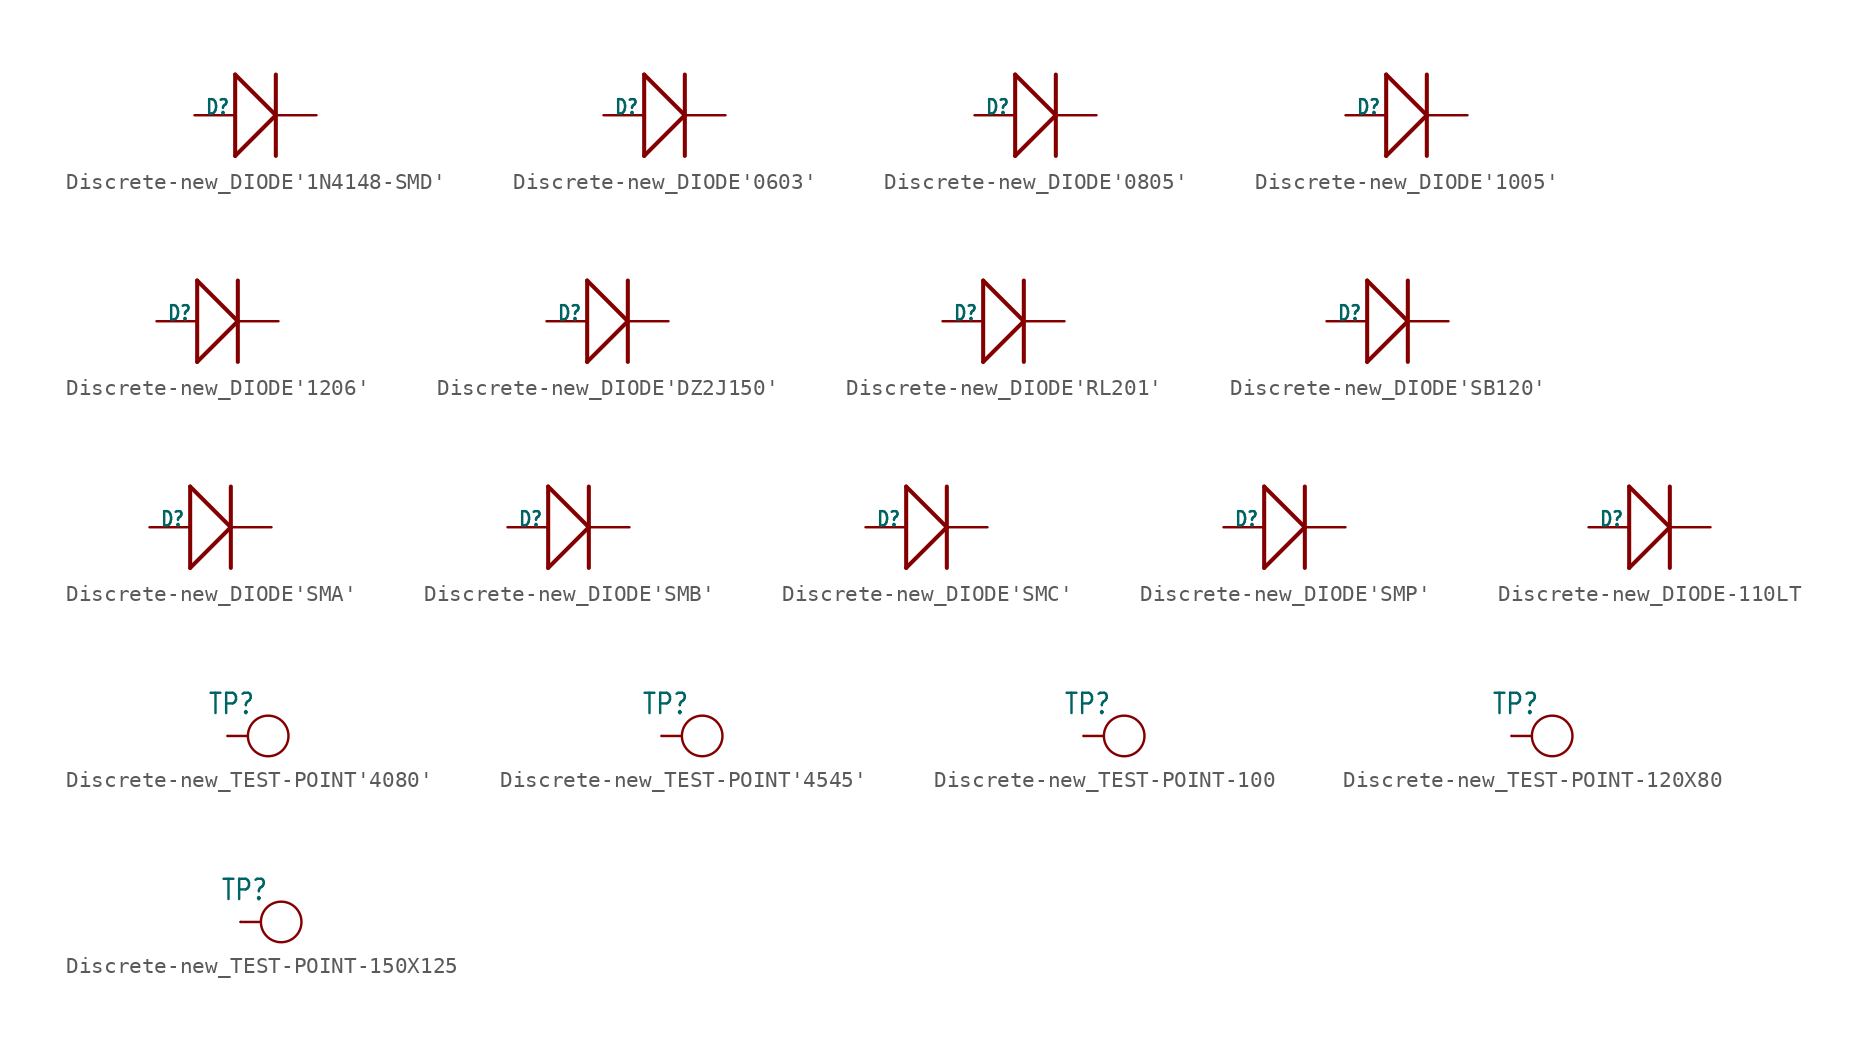
<source format=kicad_sym>
(kicad_symbol_lib
  (version 20231120)
  (generator "kicad_symbol_editor")
  (generator_version "8.0")
  (symbol "Discrete-new_DIODE'1N4148-SMD'"
    (property "Reference" "D"
      (at -3.175 0 0)
      (effects (font (size 0.889 0.756)) (justify left bottom)))
    (property "Value" ""
      (at 0 0 0)
      (effects (font (size 0.635 0.54)) (justify left bottom)))
    (property "ki_locked" ""
      (at 0 0 0)
      (effects (font (size 1.27 1.27))))
    (symbol "Discrete-new_DIODE'1N4148-SMD'_1_0"
      (polyline (pts (xy -1.27 -2.54) (xy -1.27 2.54)) (stroke (width 0.254) (type solid)) (fill (type none)))
      (polyline (pts (xy -1.27 -2.54) (xy 1.27 0)) (stroke (width 0.254) (type solid)) (fill (type none)))
      (polyline (pts (xy -1.27 2.54) (xy 1.27 0)) (stroke (width 0.254) (type solid)) (fill (type none)))
      (polyline (pts (xy 1.27 2.54) (xy 1.27 -2.54)) (stroke (width 0.254) (type solid)) (fill (type none)))
      (pin passive line (at -3.81 0 0) (length 2.54) (name "+" (effects (font (size 0 0)))) (number "A" (effects (font (size 0 0)))))
      (pin passive line (at 3.81 0 180) (length 2.54) (name "-" (effects (font (size 0 0)))) (number "C" (effects (font (size 0 0)))))))
  (symbol "Discrete-new_DIODE'0603'"
    (property "Reference" "D"
      (at -3.175 0 0)
      (effects (font (size 0.889 0.756)) (justify left bottom)))
    (property "Value" ""
      (at 0 0 0)
      (effects (font (size 0.635 0.54)) (justify left bottom)))
    (property "ki_locked" ""
      (at 0 0 0)
      (effects (font (size 1.27 1.27))))
    (symbol "Discrete-new_DIODE'0603'_1_0"
      (polyline (pts (xy -1.27 -2.54) (xy -1.27 2.54)) (stroke (width 0.254) (type solid)) (fill (type none)))
      (polyline (pts (xy -1.27 -2.54) (xy 1.27 0)) (stroke (width 0.254) (type solid)) (fill (type none)))
      (polyline (pts (xy -1.27 2.54) (xy 1.27 0)) (stroke (width 0.254) (type solid)) (fill (type none)))
      (polyline (pts (xy 1.27 2.54) (xy 1.27 -2.54)) (stroke (width 0.254) (type solid)) (fill (type none)))
      (pin passive line (at -3.81 0 0) (length 2.54) (name "+" (effects (font (size 0 0)))) (number "+" (effects (font (size 0 0)))))
      (pin passive line (at 3.81 0 180) (length 2.54) (name "-" (effects (font (size 0 0)))) (number "-" (effects (font (size 0 0)))))))
  (symbol "Discrete-new_DIODE'0805'"
    (property "Reference" "D"
      (at -3.175 0 0)
      (effects (font (size 0.889 0.756)) (justify left bottom)))
    (property "Value" ""
      (at 0 0 0)
      (effects (font (size 0.635 0.54)) (justify left bottom)))
    (property "ki_locked" ""
      (at 0 0 0)
      (effects (font (size 1.27 1.27))))
    (symbol "Discrete-new_DIODE'0805'_1_0"
      (polyline (pts (xy -1.27 -2.54) (xy -1.27 2.54)) (stroke (width 0.254) (type solid)) (fill (type none)))
      (polyline (pts (xy -1.27 -2.54) (xy 1.27 0)) (stroke (width 0.254) (type solid)) (fill (type none)))
      (polyline (pts (xy -1.27 2.54) (xy 1.27 0)) (stroke (width 0.254) (type solid)) (fill (type none)))
      (polyline (pts (xy 1.27 2.54) (xy 1.27 -2.54)) (stroke (width 0.254) (type solid)) (fill (type none)))
      (pin passive line (at -3.81 0 0) (length 2.54) (name "+" (effects (font (size 0 0)))) (number "+" (effects (font (size 0 0)))))
      (pin passive line (at 3.81 0 180) (length 2.54) (name "-" (effects (font (size 0 0)))) (number "-" (effects (font (size 0 0)))))))
  (symbol "Discrete-new_DIODE'1005'"
    (property "Reference" "D"
      (at -3.175 0 0)
      (effects (font (size 0.889 0.756)) (justify left bottom)))
    (property "Value" ""
      (at 0 0 0)
      (effects (font (size 0.635 0.54)) (justify left bottom)))
    (property "ki_locked" ""
      (at 0 0 0)
      (effects (font (size 1.27 1.27))))
    (symbol "Discrete-new_DIODE'1005'_1_0"
      (polyline (pts (xy -1.27 -2.54) (xy -1.27 2.54)) (stroke (width 0.254) (type solid)) (fill (type none)))
      (polyline (pts (xy -1.27 -2.54) (xy 1.27 0)) (stroke (width 0.254) (type solid)) (fill (type none)))
      (polyline (pts (xy -1.27 2.54) (xy 1.27 0)) (stroke (width 0.254) (type solid)) (fill (type none)))
      (polyline (pts (xy 1.27 2.54) (xy 1.27 -2.54)) (stroke (width 0.254) (type solid)) (fill (type none)))
      (pin passive line (at -3.81 0 0) (length 2.54) (name "+" (effects (font (size 0 0)))) (number "+" (effects (font (size 0 0)))))
      (pin passive line (at 3.81 0 180) (length 2.54) (name "-" (effects (font (size 0 0)))) (number "-" (effects (font (size 0 0)))))))
  (symbol "Discrete-new_DIODE'1206'"
    (property "Reference" "D"
      (at -3.175 0 0)
      (effects (font (size 0.889 0.756)) (justify left bottom)))
    (property "Value" ""
      (at 0 0 0)
      (effects (font (size 0.635 0.54)) (justify left bottom)))
    (property "ki_locked" ""
      (at 0 0 0)
      (effects (font (size 1.27 1.27))))
    (symbol "Discrete-new_DIODE'1206'_1_0"
      (polyline (pts (xy -1.27 -2.54) (xy -1.27 2.54)) (stroke (width 0.254) (type solid)) (fill (type none)))
      (polyline (pts (xy -1.27 -2.54) (xy 1.27 0)) (stroke (width 0.254) (type solid)) (fill (type none)))
      (polyline (pts (xy -1.27 2.54) (xy 1.27 0)) (stroke (width 0.254) (type solid)) (fill (type none)))
      (polyline (pts (xy 1.27 2.54) (xy 1.27 -2.54)) (stroke (width 0.254) (type solid)) (fill (type none)))
      (pin passive line (at -3.81 0 0) (length 2.54) (name "+" (effects (font (size 0 0)))) (number "+" (effects (font (size 0 0)))))
      (pin passive line (at 3.81 0 180) (length 2.54) (name "-" (effects (font (size 0 0)))) (number "-" (effects (font (size 0 0)))))))
  (symbol "Discrete-new_DIODE'DZ2J150'"
    (property "Reference" "D"
      (at -3.175 0 0)
      (effects (font (size 0.889 0.756)) (justify left bottom)))
    (property "Value" ""
      (at 0 0 0)
      (effects (font (size 0.635 0.54)) (justify left bottom)))
    (property "ki_locked" ""
      (at 0 0 0)
      (effects (font (size 1.27 1.27))))
    (symbol "Discrete-new_DIODE'DZ2J150'_1_0"
      (polyline (pts (xy -1.27 -2.54) (xy -1.27 2.54)) (stroke (width 0.254) (type solid)) (fill (type none)))
      (polyline (pts (xy -1.27 -2.54) (xy 1.27 0)) (stroke (width 0.254) (type solid)) (fill (type none)))
      (polyline (pts (xy -1.27 2.54) (xy 1.27 0)) (stroke (width 0.254) (type solid)) (fill (type none)))
      (polyline (pts (xy 1.27 2.54) (xy 1.27 -2.54)) (stroke (width 0.254) (type solid)) (fill (type none)))
      (pin passive line (at -3.81 0 0) (length 2.54) (name "+" (effects (font (size 0 0)))) (number "+" (effects (font (size 0 0)))))
      (pin passive line (at 3.81 0 180) (length 2.54) (name "-" (effects (font (size 0 0)))) (number "-" (effects (font (size 0 0)))))))
  (symbol "Discrete-new_DIODE'RL201'"
    (property "Reference" "D"
      (at -3.175 0 0)
      (effects (font (size 0.889 0.756)) (justify left bottom)))
    (property "Value" ""
      (at 0 0 0)
      (effects (font (size 0.635 0.54)) (justify left bottom)))
    (property "ki_locked" ""
      (at 0 0 0)
      (effects (font (size 1.27 1.27))))
    (symbol "Discrete-new_DIODE'RL201'_1_0"
      (polyline (pts (xy -1.27 -2.54) (xy -1.27 2.54)) (stroke (width 0.254) (type solid)) (fill (type none)))
      (polyline (pts (xy -1.27 -2.54) (xy 1.27 0)) (stroke (width 0.254) (type solid)) (fill (type none)))
      (polyline (pts (xy -1.27 2.54) (xy 1.27 0)) (stroke (width 0.254) (type solid)) (fill (type none)))
      (polyline (pts (xy 1.27 2.54) (xy 1.27 -2.54)) (stroke (width 0.254) (type solid)) (fill (type none)))
      (pin passive line (at -3.81 0 0) (length 2.54) (name "+" (effects (font (size 0 0)))) (number "+" (effects (font (size 0 0)))))
      (pin passive line (at 3.81 0 180) (length 2.54) (name "-" (effects (font (size 0 0)))) (number "-" (effects (font (size 0 0)))))))
  (symbol "Discrete-new_DIODE'SB120'"
    (property "Reference" "D"
      (at -3.175 0 0)
      (effects (font (size 0.889 0.756)) (justify left bottom)))
    (property "Value" ""
      (at 0 0 0)
      (effects (font (size 0.635 0.54)) (justify left bottom)))
    (property "ki_locked" ""
      (at 0 0 0)
      (effects (font (size 1.27 1.27))))
    (symbol "Discrete-new_DIODE'SB120'_1_0"
      (polyline (pts (xy -1.27 -2.54) (xy -1.27 2.54)) (stroke (width 0.254) (type solid)) (fill (type none)))
      (polyline (pts (xy -1.27 -2.54) (xy 1.27 0)) (stroke (width 0.254) (type solid)) (fill (type none)))
      (polyline (pts (xy -1.27 2.54) (xy 1.27 0)) (stroke (width 0.254) (type solid)) (fill (type none)))
      (polyline (pts (xy 1.27 2.54) (xy 1.27 -2.54)) (stroke (width 0.254) (type solid)) (fill (type none)))
      (pin passive line (at -3.81 0 0) (length 2.54) (name "+" (effects (font (size 0 0)))) (number "1" (effects (font (size 0 0)))))
      (pin passive line (at 3.81 0 180) (length 2.54) (name "-" (effects (font (size 0 0)))) (number "2" (effects (font (size 0 0)))))))
  (symbol "Discrete-new_DIODE'SMA'"
    (property "Reference" "D"
      (at -3.175 0 0)
      (effects (font (size 0.889 0.756)) (justify left bottom)))
    (property "Value" ""
      (at 0 0 0)
      (effects (font (size 0.635 0.54)) (justify left bottom)))
    (property "ki_locked" ""
      (at 0 0 0)
      (effects (font (size 1.27 1.27))))
    (symbol "Discrete-new_DIODE'SMA'_1_0"
      (polyline (pts (xy -1.27 -2.54) (xy -1.27 2.54)) (stroke (width 0.254) (type solid)) (fill (type none)))
      (polyline (pts (xy -1.27 -2.54) (xy 1.27 0)) (stroke (width 0.254) (type solid)) (fill (type none)))
      (polyline (pts (xy -1.27 2.54) (xy 1.27 0)) (stroke (width 0.254) (type solid)) (fill (type none)))
      (polyline (pts (xy 1.27 2.54) (xy 1.27 -2.54)) (stroke (width 0.254) (type solid)) (fill (type none)))
      (pin passive line (at -3.81 0 0) (length 2.54) (name "+" (effects (font (size 0 0)))) (number "1" (effects (font (size 0 0)))))
      (pin passive line (at 3.81 0 180) (length 2.54) (name "-" (effects (font (size 0 0)))) (number "2" (effects (font (size 0 0)))))))
  (symbol "Discrete-new_DIODE'SMB'"
    (property "Reference" "D"
      (at -3.175 0 0)
      (effects (font (size 0.889 0.756)) (justify left bottom)))
    (property "Value" ""
      (at 0 0 0)
      (effects (font (size 0.635 0.54)) (justify left bottom)))
    (property "ki_locked" ""
      (at 0 0 0)
      (effects (font (size 1.27 1.27))))
    (symbol "Discrete-new_DIODE'SMB'_1_0"
      (polyline (pts (xy -1.27 -2.54) (xy -1.27 2.54)) (stroke (width 0.254) (type solid)) (fill (type none)))
      (polyline (pts (xy -1.27 -2.54) (xy 1.27 0)) (stroke (width 0.254) (type solid)) (fill (type none)))
      (polyline (pts (xy -1.27 2.54) (xy 1.27 0)) (stroke (width 0.254) (type solid)) (fill (type none)))
      (polyline (pts (xy 1.27 2.54) (xy 1.27 -2.54)) (stroke (width 0.254) (type solid)) (fill (type none)))
      (pin passive line (at -3.81 0 0) (length 2.54) (name "+" (effects (font (size 0 0)))) (number "1" (effects (font (size 0 0)))))
      (pin passive line (at 3.81 0 180) (length 2.54) (name "-" (effects (font (size 0 0)))) (number "2" (effects (font (size 0 0)))))))
  (symbol "Discrete-new_DIODE'SMC'"
    (property "Reference" "D"
      (at -3.175 0 0)
      (effects (font (size 0.889 0.756)) (justify left bottom)))
    (property "Value" ""
      (at 0 0 0)
      (effects (font (size 0.635 0.54)) (justify left bottom)))
    (property "ki_locked" ""
      (at 0 0 0)
      (effects (font (size 1.27 1.27))))
    (symbol "Discrete-new_DIODE'SMC'_1_0"
      (polyline (pts (xy -1.27 -2.54) (xy -1.27 2.54)) (stroke (width 0.254) (type solid)) (fill (type none)))
      (polyline (pts (xy -1.27 -2.54) (xy 1.27 0)) (stroke (width 0.254) (type solid)) (fill (type none)))
      (polyline (pts (xy -1.27 2.54) (xy 1.27 0)) (stroke (width 0.254) (type solid)) (fill (type none)))
      (polyline (pts (xy 1.27 2.54) (xy 1.27 -2.54)) (stroke (width 0.254) (type solid)) (fill (type none)))
      (pin passive line (at -3.81 0 0) (length 2.54) (name "+" (effects (font (size 0 0)))) (number "1" (effects (font (size 0 0)))))
      (pin passive line (at 3.81 0 180) (length 2.54) (name "-" (effects (font (size 0 0)))) (number "2" (effects (font (size 0 0)))))))
  (symbol "Discrete-new_DIODE'SMP'"
    (property "Reference" "D"
      (at -3.175 0 0)
      (effects (font (size 0.889 0.756)) (justify left bottom)))
    (property "Value" ""
      (at 0 0 0)
      (effects (font (size 0.635 0.54)) (justify left bottom)))
    (property "ki_locked" ""
      (at 0 0 0)
      (effects (font (size 1.27 1.27))))
    (symbol "Discrete-new_DIODE'SMP'_1_0"
      (polyline (pts (xy -1.27 -2.54) (xy -1.27 2.54)) (stroke (width 0.254) (type solid)) (fill (type none)))
      (polyline (pts (xy -1.27 -2.54) (xy 1.27 0)) (stroke (width 0.254) (type solid)) (fill (type none)))
      (polyline (pts (xy -1.27 2.54) (xy 1.27 0)) (stroke (width 0.254) (type solid)) (fill (type none)))
      (polyline (pts (xy 1.27 2.54) (xy 1.27 -2.54)) (stroke (width 0.254) (type solid)) (fill (type none)))
      (pin passive line (at -3.81 0 0) (length 2.54) (name "+" (effects (font (size 0 0)))) (number "+" (effects (font (size 0 0)))))
      (pin passive line (at 3.81 0 180) (length 2.54) (name "-" (effects (font (size 0 0)))) (number "-" (effects (font (size 0 0)))))))
  (symbol "Discrete-new_DIODE-110LT"
    (property "Reference" "D"
      (at -3.175 0 0)
      (effects (font (size 0.889 0.756)) (justify left bottom)))
    (property "Value" ""
      (at 0 0 0)
      (effects (font (size 0.635 0.54)) (justify left bottom)))
    (property "ki_locked" ""
      (at 0 0 0)
      (effects (font (size 1.27 1.27))))
    (symbol "Discrete-new_DIODE-110LT_1_0"
      (polyline (pts (xy -1.27 -2.54) (xy -1.27 2.54)) (stroke (width 0.254) (type solid)) (fill (type none)))
      (polyline (pts (xy -1.27 -2.54) (xy 1.27 0)) (stroke (width 0.254) (type solid)) (fill (type none)))
      (polyline (pts (xy -1.27 2.54) (xy 1.27 0)) (stroke (width 0.254) (type solid)) (fill (type none)))
      (polyline (pts (xy 1.27 2.54) (xy 1.27 -2.54)) (stroke (width 0.254) (type solid)) (fill (type none)))
      (pin passive line (at -3.81 0 0) (length 2.54) (name "+" (effects (font (size 0 0)))) (number "+" (effects (font (size 0 0)))))
      (pin passive line (at 3.81 0 180) (length 2.54) (name "-" (effects (font (size 0 0)))) (number "-" (effects (font (size 0 0)))))))
  (symbol "Discrete-new_TEST-POINT'4080'"
    (property "Reference" "TP"
      (at -3.81 1.27 0)
      (effects (font (size 1.27 1.079)) (justify left bottom)))
    (property "ki_locked" ""
      (at 0 0 0)
      (effects (font (size 1.27 1.27))))
    (symbol "Discrete-new_TEST-POINT'4080'_1_0"
      (polyline (pts (xy -2.54 0) (xy -1.27 0)) (stroke (width 0.152) (type solid)) (fill (type none)))
      (circle (center 0 0) (radius 1.27) (stroke (width 0.152) (type solid)) (fill (type none)))
      (pin bidirectional line (at -2.54 0 0) (length 0) (name "T" (effects (font (size 0 0)))) (number "1" (effects (font (size 0 0)))))))
  (symbol "Discrete-new_TEST-POINT'4545'"
    (property "Reference" "TP"
      (at -3.81 1.27 0)
      (effects (font (size 1.27 1.079)) (justify left bottom)))
    (property "ki_locked" ""
      (at 0 0 0)
      (effects (font (size 1.27 1.27))))
    (symbol "Discrete-new_TEST-POINT'4545'_1_0"
      (polyline (pts (xy -2.54 0) (xy -1.27 0)) (stroke (width 0.152) (type solid)) (fill (type none)))
      (circle (center 0 0) (radius 1.27) (stroke (width 0.152) (type solid)) (fill (type none)))
      (pin bidirectional line (at -2.54 0 0) (length 0) (name "T" (effects (font (size 0 0)))) (number "T" (effects (font (size 0 0)))))))
  (symbol "Discrete-new_TEST-POINT-100"
    (property "Reference" "TP"
      (at -3.81 1.27 0)
      (effects (font (size 1.27 1.079)) (justify left bottom)))
    (property "ki_locked" ""
      (at 0 0 0)
      (effects (font (size 1.27 1.27))))
    (symbol "Discrete-new_TEST-POINT-100_1_0"
      (polyline (pts (xy -2.54 0) (xy -1.27 0)) (stroke (width 0.152) (type solid)) (fill (type none)))
      (circle (center 0 0) (radius 1.27) (stroke (width 0.152) (type solid)) (fill (type none)))
      (pin bidirectional line (at -2.54 0 0) (length 0) (name "T" (effects (font (size 0 0)))) (number "T" (effects (font (size 0 0)))))))
  (symbol "Discrete-new_TEST-POINT-120X80"
    (property "Reference" "TP"
      (at -3.81 1.27 0)
      (effects (font (size 1.27 1.079)) (justify left bottom)))
    (property "ki_locked" ""
      (at 0 0 0)
      (effects (font (size 1.27 1.27))))
    (symbol "Discrete-new_TEST-POINT-120X80_1_0"
      (polyline (pts (xy -2.54 0) (xy -1.27 0)) (stroke (width 0.152) (type solid)) (fill (type none)))
      (circle (center 0 0) (radius 1.27) (stroke (width 0.152) (type solid)) (fill (type none)))
      (pin bidirectional line (at -2.54 0 0) (length 0) (name "T" (effects (font (size 0 0)))) (number "1" (effects (font (size 0 0)))))))
  (symbol "Discrete-new_TEST-POINT-150X125"
    (property "Reference" "TP"
      (at -3.81 1.27 0)
      (effects (font (size 1.27 1.079)) (justify left bottom)))
    (property "ki_locked" ""
      (at 0 0 0)
      (effects (font (size 1.27 1.27))))
    (symbol "Discrete-new_TEST-POINT-150X125_1_0"
      (polyline (pts (xy -2.54 0) (xy -1.27 0)) (stroke (width 0.152) (type solid)) (fill (type none)))
      (circle (center 0 0) (radius 1.27) (stroke (width 0.152) (type solid)) (fill (type none)))
      (pin bidirectional line (at -2.54 0 0) (length 0) (name "T" (effects (font (size 0 0)))) (number "1" (effects (font (size 0 0))))))))
</source>
